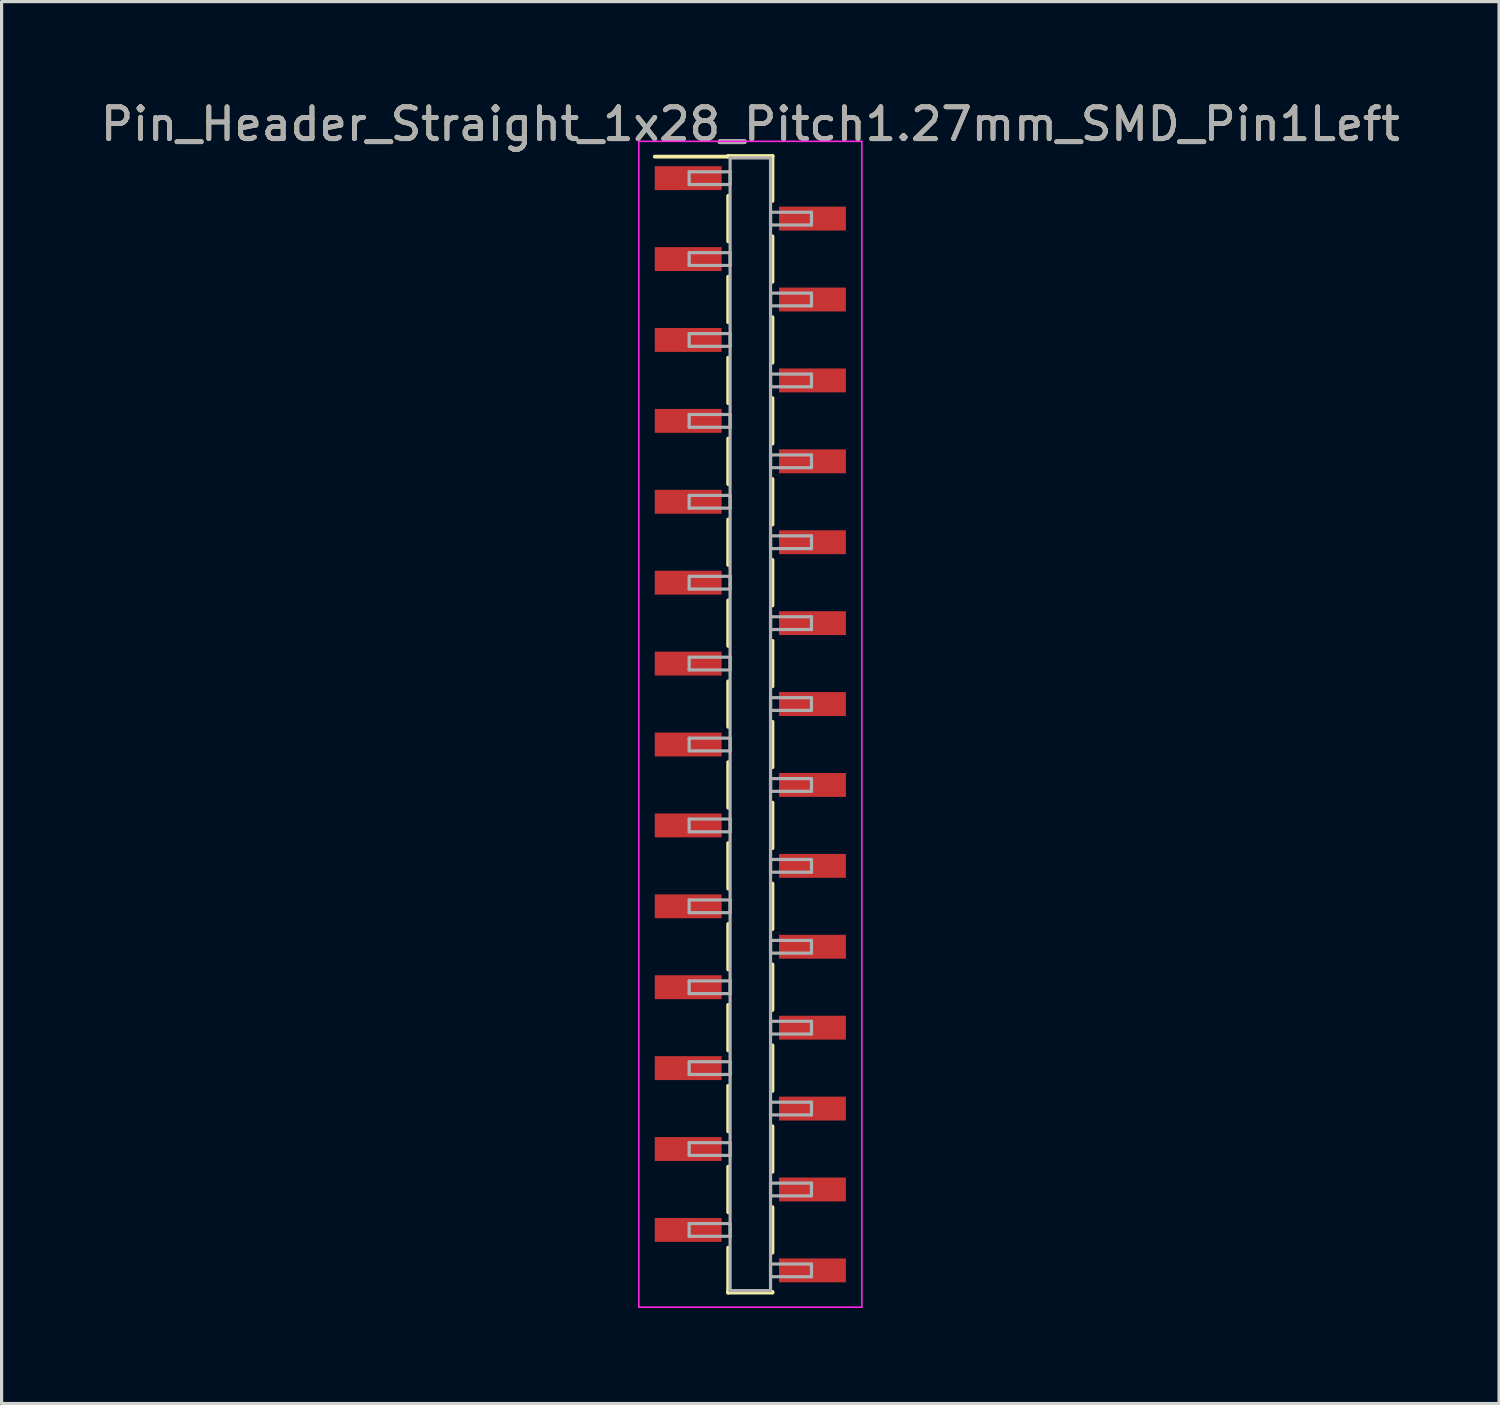
<source format=kicad_pcb>
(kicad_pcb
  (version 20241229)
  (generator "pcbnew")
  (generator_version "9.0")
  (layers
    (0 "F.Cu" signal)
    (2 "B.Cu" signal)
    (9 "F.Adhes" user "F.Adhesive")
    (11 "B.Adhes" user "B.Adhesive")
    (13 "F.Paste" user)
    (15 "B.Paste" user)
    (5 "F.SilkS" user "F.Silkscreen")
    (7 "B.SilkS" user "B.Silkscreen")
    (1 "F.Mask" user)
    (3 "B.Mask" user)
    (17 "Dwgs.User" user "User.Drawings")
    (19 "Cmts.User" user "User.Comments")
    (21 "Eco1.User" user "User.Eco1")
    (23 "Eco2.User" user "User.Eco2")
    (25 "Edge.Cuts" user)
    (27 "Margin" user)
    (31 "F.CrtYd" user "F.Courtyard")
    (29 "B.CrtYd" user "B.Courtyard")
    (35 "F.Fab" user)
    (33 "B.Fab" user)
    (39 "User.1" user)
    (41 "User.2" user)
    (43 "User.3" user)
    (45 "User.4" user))
  (footprint "Pin_Header_Straight_1x28_Pitch1.27mm_SMD_Pin1Left"
    (layer "F.Cu")
    (at 20.506 19.688)
    (property "Reference" "Pin_Header_Straight_1x28_Pitch1.27mm_SMD_Pin1Left" (at 0 -18.84 0) (layer "F.SilkS") (effects (font (size 1 1) (thickness 0.15))))
    (attr smd)
    (fp_line (start -0.695 -17.84) (end 0.695 -17.84) (stroke (width 0.12) (type solid)) (layer "F.SilkS"))
    (fp_line (start -0.695 -17.82) (end -3 -17.82) (stroke (width 0.12) (type solid)) (layer "F.SilkS"))
    (fp_line (start -0.695 -17.82) (end -0.695 -17.84) (stroke (width 0.12) (type solid)) (layer "F.SilkS"))
    (fp_line (start -0.695 -16.59) (end -0.695 -15.16) (stroke (width 0.12) (type solid)) (layer "F.SilkS"))
    (fp_line (start -0.695 -14.05) (end -0.695 -12.62) (stroke (width 0.12) (type solid)) (layer "F.SilkS"))
    (fp_line (start -0.695 -11.51) (end -0.695 -10.08) (stroke (width 0.12) (type solid)) (layer "F.SilkS"))
    (fp_line (start -0.695 -8.97) (end -0.695 -7.54) (stroke (width 0.12) (type solid)) (layer "F.SilkS"))
    (fp_line (start -0.695 -6.43) (end -0.695 -5) (stroke (width 0.12) (type solid)) (layer "F.SilkS"))
    (fp_line (start -0.695 -3.89) (end -0.695 -2.46) (stroke (width 0.12) (type solid)) (layer "F.SilkS"))
    (fp_line (start -0.695 -1.35) (end -0.695 0.08) (stroke (width 0.12) (type solid)) (layer "F.SilkS"))
    (fp_line (start -0.695 1.19) (end -0.695 2.62) (stroke (width 0.12) (type solid)) (layer "F.SilkS"))
    (fp_line (start -0.695 3.73) (end -0.695 5.16) (stroke (width 0.12) (type solid)) (layer "F.SilkS"))
    (fp_line (start -0.695 6.27) (end -0.695 7.7) (stroke (width 0.12) (type solid)) (layer "F.SilkS"))
    (fp_line (start -0.695 8.81) (end -0.695 10.24) (stroke (width 0.12) (type solid)) (layer "F.SilkS"))
    (fp_line (start -0.695 11.35) (end -0.695 12.78) (stroke (width 0.12) (type solid)) (layer "F.SilkS"))
    (fp_line (start -0.695 13.89) (end -0.695 15.32) (stroke (width 0.12) (type solid)) (layer "F.SilkS"))
    (fp_line (start -0.695 16.43) (end -0.695 17.84) (stroke (width 0.12) (type solid)) (layer "F.SilkS"))
    (fp_line (start -0.695 17.82) (end -0.695 17.84) (stroke (width 0.12) (type solid)) (layer "F.SilkS"))
    (fp_line (start -0.695 17.84) (end 0.695 17.84) (stroke (width 0.12) (type solid)) (layer "F.SilkS"))
    (fp_line (start 0.695 -17.84) (end 0.695 -17.82) (stroke (width 0.12) (type solid)) (layer "F.SilkS"))
    (fp_line (start 0.695 -17.84) (end 0.695 -16.43) (stroke (width 0.12) (type solid)) (layer "F.SilkS"))
    (fp_line (start 0.695 -15.32) (end 0.695 -13.89) (stroke (width 0.12) (type solid)) (layer "F.SilkS"))
    (fp_line (start 0.695 -12.78) (end 0.695 -11.35) (stroke (width 0.12) (type solid)) (layer "F.SilkS"))
    (fp_line (start 0.695 -10.24) (end 0.695 -8.81) (stroke (width 0.12) (type solid)) (layer "F.SilkS"))
    (fp_line (start 0.695 -7.7) (end 0.695 -6.27) (stroke (width 0.12) (type solid)) (layer "F.SilkS"))
    (fp_line (start 0.695 -5.16) (end 0.695 -3.73) (stroke (width 0.12) (type solid)) (layer "F.SilkS"))
    (fp_line (start 0.695 -2.62) (end 0.695 -1.19) (stroke (width 0.12) (type solid)) (layer "F.SilkS"))
    (fp_line (start 0.695 -0.08) (end 0.695 1.35) (stroke (width 0.12) (type solid)) (layer "F.SilkS"))
    (fp_line (start 0.695 2.46) (end 0.695 3.89) (stroke (width 0.12) (type solid)) (layer "F.SilkS"))
    (fp_line (start 0.695 5) (end 0.695 6.43) (stroke (width 0.12) (type solid)) (layer "F.SilkS"))
    (fp_line (start 0.695 7.54) (end 0.695 8.97) (stroke (width 0.12) (type solid)) (layer "F.SilkS"))
    (fp_line (start 0.695 10.08) (end 0.695 11.51) (stroke (width 0.12) (type solid)) (layer "F.SilkS"))
    (fp_line (start 0.695 12.62) (end 0.695 14.05) (stroke (width 0.12) (type solid)) (layer "F.SilkS"))
    (fp_line (start 0.695 15.16) (end 0.695 16.59) (stroke (width 0.12) (type solid)) (layer "F.SilkS"))
    (fp_line (start 0.695 17.84) (end 0.695 17.82) (stroke (width 0.12) (type solid)) (layer "F.SilkS"))
    (fp_line (start -3.5 -18.3) (end -3.5 18.3) (stroke (width 0.05) (type solid)) (layer "F.CrtYd"))
    (fp_line (start -3.5 18.3) (end 3.5 18.3) (stroke (width 0.05) (type solid)) (layer "F.CrtYd"))
    (fp_line (start 3.5 -18.3) (end -3.5 -18.3) (stroke (width 0.05) (type solid)) (layer "F.CrtYd"))
    (fp_line (start 3.5 18.3) (end 3.5 -18.3) (stroke (width 0.05) (type solid)) (layer "F.CrtYd"))
    (fp_line (start -1.92 -17.345) (end -0.635 -17.345) (stroke (width 0.1) (type solid)) (layer "F.Fab"))
    (fp_line (start -1.92 -16.945) (end -1.92 -17.345) (stroke (width 0.1) (type solid)) (layer "F.Fab"))
    (fp_line (start -1.92 -14.805) (end -0.635 -14.805) (stroke (width 0.1) (type solid)) (layer "F.Fab"))
    (fp_line (start -1.92 -14.405) (end -1.92 -14.805) (stroke (width 0.1) (type solid)) (layer "F.Fab"))
    (fp_line (start -1.92 -12.265) (end -0.635 -12.265) (stroke (width 0.1) (type solid)) (layer "F.Fab"))
    (fp_line (start -1.92 -11.865) (end -1.92 -12.265) (stroke (width 0.1) (type solid)) (layer "F.Fab"))
    (fp_line (start -1.92 -9.725) (end -0.635 -9.725) (stroke (width 0.1) (type solid)) (layer "F.Fab"))
    (fp_line (start -1.92 -9.325) (end -1.92 -9.725) (stroke (width 0.1) (type solid)) (layer "F.Fab"))
    (fp_line (start -1.92 -7.185) (end -0.635 -7.185) (stroke (width 0.1) (type solid)) (layer "F.Fab"))
    (fp_line (start -1.92 -6.785) (end -1.92 -7.185) (stroke (width 0.1) (type solid)) (layer "F.Fab"))
    (fp_line (start -1.92 -4.645) (end -0.635 -4.645) (stroke (width 0.1) (type solid)) (layer "F.Fab"))
    (fp_line (start -1.92 -4.245) (end -1.92 -4.645) (stroke (width 0.1) (type solid)) (layer "F.Fab"))
    (fp_line (start -1.92 -2.105) (end -0.635 -2.105) (stroke (width 0.1) (type solid)) (layer "F.Fab"))
    (fp_line (start -1.92 -1.705) (end -1.92 -2.105) (stroke (width 0.1) (type solid)) (layer "F.Fab"))
    (fp_line (start -1.92 0.435) (end -0.635 0.435) (stroke (width 0.1) (type solid)) (layer "F.Fab"))
    (fp_line (start -1.92 0.835) (end -1.92 0.435) (stroke (width 0.1) (type solid)) (layer "F.Fab"))
    (fp_line (start -1.92 2.975) (end -0.635 2.975) (stroke (width 0.1) (type solid)) (layer "F.Fab"))
    (fp_line (start -1.92 3.375) (end -1.92 2.975) (stroke (width 0.1) (type solid)) (layer "F.Fab"))
    (fp_line (start -1.92 5.515) (end -0.635 5.515) (stroke (width 0.1) (type solid)) (layer "F.Fab"))
    (fp_line (start -1.92 5.915) (end -1.92 5.515) (stroke (width 0.1) (type solid)) (layer "F.Fab"))
    (fp_line (start -1.92 8.055) (end -0.635 8.055) (stroke (width 0.1) (type solid)) (layer "F.Fab"))
    (fp_line (start -1.92 8.455) (end -1.92 8.055) (stroke (width 0.1) (type solid)) (layer "F.Fab"))
    (fp_line (start -1.92 10.595) (end -0.635 10.595) (stroke (width 0.1) (type solid)) (layer "F.Fab"))
    (fp_line (start -1.92 10.995) (end -1.92 10.595) (stroke (width 0.1) (type solid)) (layer "F.Fab"))
    (fp_line (start -1.92 13.135) (end -0.635 13.135) (stroke (width 0.1) (type solid)) (layer "F.Fab"))
    (fp_line (start -1.92 13.535) (end -1.92 13.135) (stroke (width 0.1) (type solid)) (layer "F.Fab"))
    (fp_line (start -1.92 15.675) (end -0.635 15.675) (stroke (width 0.1) (type solid)) (layer "F.Fab"))
    (fp_line (start -1.92 16.075) (end -1.92 15.675) (stroke (width 0.1) (type solid)) (layer "F.Fab"))
    (fp_line (start -0.635 -17.78) (end -0.635 17.78) (stroke (width 0.1) (type solid)) (layer "F.Fab"))
    (fp_line (start -0.635 -17.345) (end -0.635 -16.945) (stroke (width 0.1) (type solid)) (layer "F.Fab"))
    (fp_line (start -0.635 -16.945) (end -1.92 -16.945) (stroke (width 0.1) (type solid)) (layer "F.Fab"))
    (fp_line (start -0.635 -14.805) (end -0.635 -14.405) (stroke (width 0.1) (type solid)) (layer "F.Fab"))
    (fp_line (start -0.635 -14.405) (end -1.92 -14.405) (stroke (width 0.1) (type solid)) (layer "F.Fab"))
    (fp_line (start -0.635 -12.265) (end -0.635 -11.865) (stroke (width 0.1) (type solid)) (layer "F.Fab"))
    (fp_line (start -0.635 -11.865) (end -1.92 -11.865) (stroke (width 0.1) (type solid)) (layer "F.Fab"))
    (fp_line (start -0.635 -9.725) (end -0.635 -9.325) (stroke (width 0.1) (type solid)) (layer "F.Fab"))
    (fp_line (start -0.635 -9.325) (end -1.92 -9.325) (stroke (width 0.1) (type solid)) (layer "F.Fab"))
    (fp_line (start -0.635 -7.185) (end -0.635 -6.785) (stroke (width 0.1) (type solid)) (layer "F.Fab"))
    (fp_line (start -0.635 -6.785) (end -1.92 -6.785) (stroke (width 0.1) (type solid)) (layer "F.Fab"))
    (fp_line (start -0.635 -4.645) (end -0.635 -4.245) (stroke (width 0.1) (type solid)) (layer "F.Fab"))
    (fp_line (start -0.635 -4.245) (end -1.92 -4.245) (stroke (width 0.1) (type solid)) (layer "F.Fab"))
    (fp_line (start -0.635 -2.105) (end -0.635 -1.705) (stroke (width 0.1) (type solid)) (layer "F.Fab"))
    (fp_line (start -0.635 -1.705) (end -1.92 -1.705) (stroke (width 0.1) (type solid)) (layer "F.Fab"))
    (fp_line (start -0.635 0.435) (end -0.635 0.835) (stroke (width 0.1) (type solid)) (layer "F.Fab"))
    (fp_line (start -0.635 0.835) (end -1.92 0.835) (stroke (width 0.1) (type solid)) (layer "F.Fab"))
    (fp_line (start -0.635 2.975) (end -0.635 3.375) (stroke (width 0.1) (type solid)) (layer "F.Fab"))
    (fp_line (start -0.635 3.375) (end -1.92 3.375) (stroke (width 0.1) (type solid)) (layer "F.Fab"))
    (fp_line (start -0.635 5.515) (end -0.635 5.915) (stroke (width 0.1) (type solid)) (layer "F.Fab"))
    (fp_line (start -0.635 5.915) (end -1.92 5.915) (stroke (width 0.1) (type solid)) (layer "F.Fab"))
    (fp_line (start -0.635 8.055) (end -0.635 8.455) (stroke (width 0.1) (type solid)) (layer "F.Fab"))
    (fp_line (start -0.635 8.455) (end -1.92 8.455) (stroke (width 0.1) (type solid)) (layer "F.Fab"))
    (fp_line (start -0.635 10.595) (end -0.635 10.995) (stroke (width 0.1) (type solid)) (layer "F.Fab"))
    (fp_line (start -0.635 10.995) (end -1.92 10.995) (stroke (width 0.1) (type solid)) (layer "F.Fab"))
    (fp_line (start -0.635 13.135) (end -0.635 13.535) (stroke (width 0.1) (type solid)) (layer "F.Fab"))
    (fp_line (start -0.635 13.535) (end -1.92 13.535) (stroke (width 0.1) (type solid)) (layer "F.Fab"))
    (fp_line (start -0.635 15.675) (end -0.635 16.075) (stroke (width 0.1) (type solid)) (layer "F.Fab"))
    (fp_line (start -0.635 16.075) (end -1.92 16.075) (stroke (width 0.1) (type solid)) (layer "F.Fab"))
    (fp_line (start -0.635 17.78) (end 0.635 17.78) (stroke (width 0.1) (type solid)) (layer "F.Fab"))
    (fp_line (start 0.635 -17.78) (end -0.635 -17.78) (stroke (width 0.1) (type solid)) (layer "F.Fab"))
    (fp_line (start 0.635 -16.075) (end 0.635 -15.675) (stroke (width 0.1) (type solid)) (layer "F.Fab"))
    (fp_line (start 0.635 -15.675) (end 1.92 -15.675) (stroke (width 0.1) (type solid)) (layer "F.Fab"))
    (fp_line (start 0.635 -13.535) (end 0.635 -13.135) (stroke (width 0.1) (type solid)) (layer "F.Fab"))
    (fp_line (start 0.635 -13.135) (end 1.92 -13.135) (stroke (width 0.1) (type solid)) (layer "F.Fab"))
    (fp_line (start 0.635 -10.995) (end 0.635 -10.595) (stroke (width 0.1) (type solid)) (layer "F.Fab"))
    (fp_line (start 0.635 -10.595) (end 1.92 -10.595) (stroke (width 0.1) (type solid)) (layer "F.Fab"))
    (fp_line (start 0.635 -8.455) (end 0.635 -8.055) (stroke (width 0.1) (type solid)) (layer "F.Fab"))
    (fp_line (start 0.635 -8.055) (end 1.92 -8.055) (stroke (width 0.1) (type solid)) (layer "F.Fab"))
    (fp_line (start 0.635 -5.915) (end 0.635 -5.515) (stroke (width 0.1) (type solid)) (layer "F.Fab"))
    (fp_line (start 0.635 -5.515) (end 1.92 -5.515) (stroke (width 0.1) (type solid)) (layer "F.Fab"))
    (fp_line (start 0.635 -3.375) (end 0.635 -2.975) (stroke (width 0.1) (type solid)) (layer "F.Fab"))
    (fp_line (start 0.635 -2.975) (end 1.92 -2.975) (stroke (width 0.1) (type solid)) (layer "F.Fab"))
    (fp_line (start 0.635 -0.835) (end 0.635 -0.435) (stroke (width 0.1) (type solid)) (layer "F.Fab"))
    (fp_line (start 0.635 -0.435) (end 1.92 -0.435) (stroke (width 0.1) (type solid)) (layer "F.Fab"))
    (fp_line (start 0.635 1.705) (end 0.635 2.105) (stroke (width 0.1) (type solid)) (layer "F.Fab"))
    (fp_line (start 0.635 2.105) (end 1.92 2.105) (stroke (width 0.1) (type solid)) (layer "F.Fab"))
    (fp_line (start 0.635 4.245) (end 0.635 4.645) (stroke (width 0.1) (type solid)) (layer "F.Fab"))
    (fp_line (start 0.635 4.645) (end 1.92 4.645) (stroke (width 0.1) (type solid)) (layer "F.Fab"))
    (fp_line (start 0.635 6.785) (end 0.635 7.185) (stroke (width 0.1) (type solid)) (layer "F.Fab"))
    (fp_line (start 0.635 7.185) (end 1.92 7.185) (stroke (width 0.1) (type solid)) (layer "F.Fab"))
    (fp_line (start 0.635 9.325) (end 0.635 9.725) (stroke (width 0.1) (type solid)) (layer "F.Fab"))
    (fp_line (start 0.635 9.725) (end 1.92 9.725) (stroke (width 0.1) (type solid)) (layer "F.Fab"))
    (fp_line (start 0.635 11.865) (end 0.635 12.265) (stroke (width 0.1) (type solid)) (layer "F.Fab"))
    (fp_line (start 0.635 12.265) (end 1.92 12.265) (stroke (width 0.1) (type solid)) (layer "F.Fab"))
    (fp_line (start 0.635 14.405) (end 0.635 14.805) (stroke (width 0.1) (type solid)) (layer "F.Fab"))
    (fp_line (start 0.635 14.805) (end 1.92 14.805) (stroke (width 0.1) (type solid)) (layer "F.Fab"))
    (fp_line (start 0.635 16.945) (end 0.635 17.345) (stroke (width 0.1) (type solid)) (layer "F.Fab"))
    (fp_line (start 0.635 17.345) (end 1.92 17.345) (stroke (width 0.1) (type solid)) (layer "F.Fab"))
    (fp_line (start 0.635 17.78) (end 0.635 -17.78) (stroke (width 0.1) (type solid)) (layer "F.Fab"))
    (fp_line (start 1.92 -16.075) (end 0.635 -16.075) (stroke (width 0.1) (type solid)) (layer "F.Fab"))
    (fp_line (start 1.92 -15.675) (end 1.92 -16.075) (stroke (width 0.1) (type solid)) (layer "F.Fab"))
    (fp_line (start 1.92 -13.535) (end 0.635 -13.535) (stroke (width 0.1) (type solid)) (layer "F.Fab"))
    (fp_line (start 1.92 -13.135) (end 1.92 -13.535) (stroke (width 0.1) (type solid)) (layer "F.Fab"))
    (fp_line (start 1.92 -10.995) (end 0.635 -10.995) (stroke (width 0.1) (type solid)) (layer "F.Fab"))
    (fp_line (start 1.92 -10.595) (end 1.92 -10.995) (stroke (width 0.1) (type solid)) (layer "F.Fab"))
    (fp_line (start 1.92 -8.455) (end 0.635 -8.455) (stroke (width 0.1) (type solid)) (layer "F.Fab"))
    (fp_line (start 1.92 -8.055) (end 1.92 -8.455) (stroke (width 0.1) (type solid)) (layer "F.Fab"))
    (fp_line (start 1.92 -5.915) (end 0.635 -5.915) (stroke (width 0.1) (type solid)) (layer "F.Fab"))
    (fp_line (start 1.92 -5.515) (end 1.92 -5.915) (stroke (width 0.1) (type solid)) (layer "F.Fab"))
    (fp_line (start 1.92 -3.375) (end 0.635 -3.375) (stroke (width 0.1) (type solid)) (layer "F.Fab"))
    (fp_line (start 1.92 -2.975) (end 1.92 -3.375) (stroke (width 0.1) (type solid)) (layer "F.Fab"))
    (fp_line (start 1.92 -0.835) (end 0.635 -0.835) (stroke (width 0.1) (type solid)) (layer "F.Fab"))
    (fp_line (start 1.92 -0.435) (end 1.92 -0.835) (stroke (width 0.1) (type solid)) (layer "F.Fab"))
    (fp_line (start 1.92 1.705) (end 0.635 1.705) (stroke (width 0.1) (type solid)) (layer "F.Fab"))
    (fp_line (start 1.92 2.105) (end 1.92 1.705) (stroke (width 0.1) (type solid)) (layer "F.Fab"))
    (fp_line (start 1.92 4.245) (end 0.635 4.245) (stroke (width 0.1) (type solid)) (layer "F.Fab"))
    (fp_line (start 1.92 4.645) (end 1.92 4.245) (stroke (width 0.1) (type solid)) (layer "F.Fab"))
    (fp_line (start 1.92 6.785) (end 0.635 6.785) (stroke (width 0.1) (type solid)) (layer "F.Fab"))
    (fp_line (start 1.92 7.185) (end 1.92 6.785) (stroke (width 0.1) (type solid)) (layer "F.Fab"))
    (fp_line (start 1.92 9.325) (end 0.635 9.325) (stroke (width 0.1) (type solid)) (layer "F.Fab"))
    (fp_line (start 1.92 9.725) (end 1.92 9.325) (stroke (width 0.1) (type solid)) (layer "F.Fab"))
    (fp_line (start 1.92 11.865) (end 0.635 11.865) (stroke (width 0.1) (type solid)) (layer "F.Fab"))
    (fp_line (start 1.92 12.265) (end 1.92 11.865) (stroke (width 0.1) (type solid)) (layer "F.Fab"))
    (fp_line (start 1.92 14.405) (end 0.635 14.405) (stroke (width 0.1) (type solid)) (layer "F.Fab"))
    (fp_line (start 1.92 14.805) (end 1.92 14.405) (stroke (width 0.1) (type solid)) (layer "F.Fab"))
    (fp_line (start 1.92 16.945) (end 0.635 16.945) (stroke (width 0.1) (type solid)) (layer "F.Fab"))
    (fp_line (start 1.92 17.345) (end 1.92 16.945) (stroke (width 0.1) (type solid)) (layer "F.Fab"))
    (fp_text user "${REFERENCE}" (at 0 -18.84 0) (layer "F.Fab") (effects (font (size 1 1) (thickness 0.15))))
    (pad "1" smd rect (at -1.95 -17.145) (size 2.1 0.75) (layers "F.Cu" "F.Mask" "F.Paste"))
    (pad "2" smd rect (at 1.95 -15.875) (size 2.1 0.75) (layers "F.Cu" "F.Mask" "F.Paste"))
    (pad "3" smd rect (at -1.95 -14.605) (size 2.1 0.75) (layers "F.Cu" "F.Mask" "F.Paste"))
    (pad "4" smd rect (at 1.95 -13.335) (size 2.1 0.75) (layers "F.Cu" "F.Mask" "F.Paste"))
    (pad "5" smd rect (at -1.95 -12.065) (size 2.1 0.75) (layers "F.Cu" "F.Mask" "F.Paste"))
    (pad "6" smd rect (at 1.95 -10.795) (size 2.1 0.75) (layers "F.Cu" "F.Mask" "F.Paste"))
    (pad "7" smd rect (at -1.95 -9.525) (size 2.1 0.75) (layers "F.Cu" "F.Mask" "F.Paste"))
    (pad "8" smd rect (at 1.95 -8.255) (size 2.1 0.75) (layers "F.Cu" "F.Mask" "F.Paste"))
    (pad "9" smd rect (at -1.95 -6.985) (size 2.1 0.75) (layers "F.Cu" "F.Mask" "F.Paste"))
    (pad "10" smd rect (at 1.95 -5.715) (size 2.1 0.75) (layers "F.Cu" "F.Mask" "F.Paste"))
    (pad "11" smd rect (at -1.95 -4.445) (size 2.1 0.75) (layers "F.Cu" "F.Mask" "F.Paste"))
    (pad "12" smd rect (at 1.95 -3.175) (size 2.1 0.75) (layers "F.Cu" "F.Mask" "F.Paste"))
    (pad "13" smd rect (at -1.95 -1.905) (size 2.1 0.75) (layers "F.Cu" "F.Mask" "F.Paste"))
    (pad "14" smd rect (at 1.95 -0.635) (size 2.1 0.75) (layers "F.Cu" "F.Mask" "F.Paste"))
    (pad "15" smd rect (at -1.95 0.635) (size 2.1 0.75) (layers "F.Cu" "F.Mask" "F.Paste"))
    (pad "16" smd rect (at 1.95 1.905) (size 2.1 0.75) (layers "F.Cu" "F.Mask" "F.Paste"))
    (pad "17" smd rect (at -1.95 3.175) (size 2.1 0.75) (layers "F.Cu" "F.Mask" "F.Paste"))
    (pad "18" smd rect (at 1.95 4.445) (size 2.1 0.75) (layers "F.Cu" "F.Mask" "F.Paste"))
    (pad "19" smd rect (at -1.95 5.715) (size 2.1 0.75) (layers "F.Cu" "F.Mask" "F.Paste"))
    (pad "20" smd rect (at 1.95 6.985) (size 2.1 0.75) (layers "F.Cu" "F.Mask" "F.Paste"))
    (pad "21" smd rect (at -1.95 8.255) (size 2.1 0.75) (layers "F.Cu" "F.Mask" "F.Paste"))
    (pad "22" smd rect (at 1.95 9.525) (size 2.1 0.75) (layers "F.Cu" "F.Mask" "F.Paste"))
    (pad "23" smd rect (at -1.95 10.795) (size 2.1 0.75) (layers "F.Cu" "F.Mask" "F.Paste"))
    (pad "24" smd rect (at 1.95 12.065) (size 2.1 0.75) (layers "F.Cu" "F.Mask" "F.Paste"))
    (pad "25" smd rect (at -1.95 13.335) (size 2.1 0.75) (layers "F.Cu" "F.Mask" "F.Paste"))
    (pad "26" smd rect (at 1.95 14.605) (size 2.1 0.75) (layers "F.Cu" "F.Mask" "F.Paste"))
    (pad "27" smd rect (at -1.95 15.875) (size 2.1 0.75) (layers "F.Cu" "F.Mask" "F.Paste"))
    (pad "28" smd rect (at 1.95 17.145) (size 2.1 0.75) (layers "F.Cu" "F.Mask" "F.Paste")))
  (gr_rect
    (start -3 -3)
    (end 44.012 41.013)
    (stroke (width 0.1) (type default))
    (fill no)
    (layer "Edge.Cuts")))
</source>
